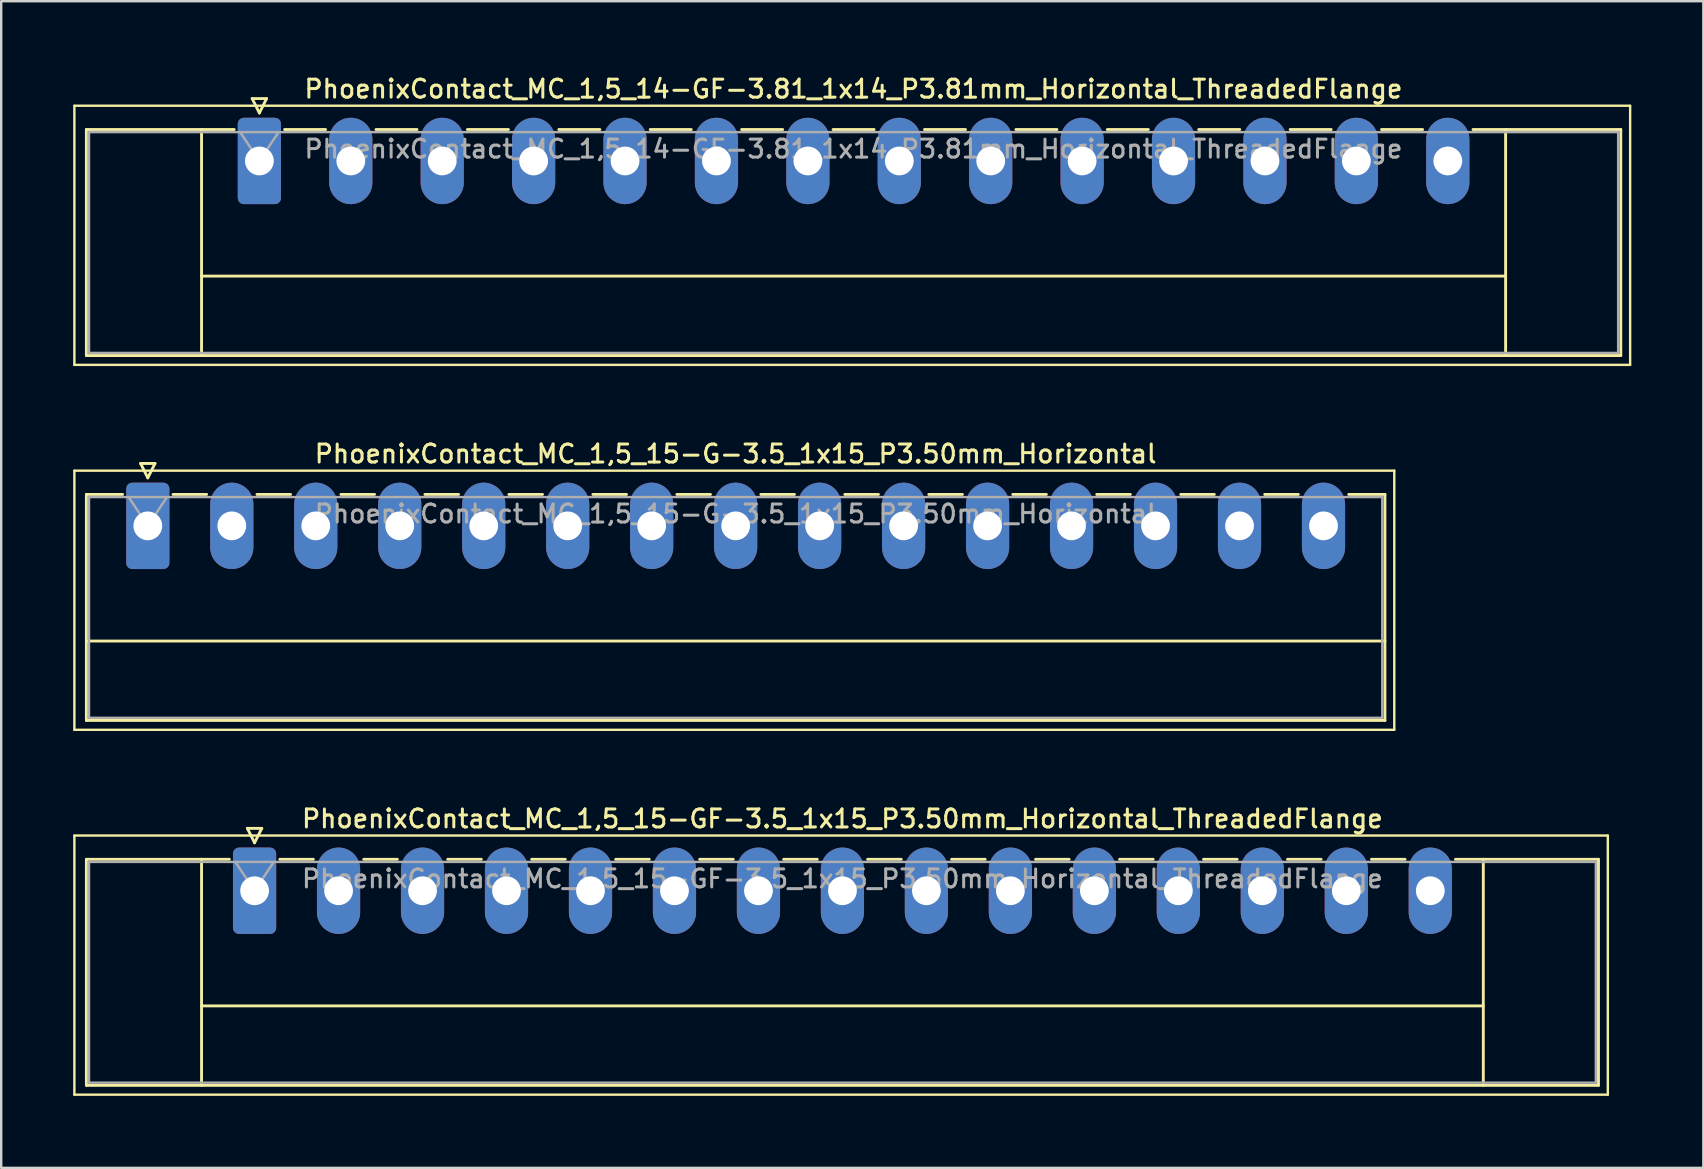
<source format=kicad_pcb>
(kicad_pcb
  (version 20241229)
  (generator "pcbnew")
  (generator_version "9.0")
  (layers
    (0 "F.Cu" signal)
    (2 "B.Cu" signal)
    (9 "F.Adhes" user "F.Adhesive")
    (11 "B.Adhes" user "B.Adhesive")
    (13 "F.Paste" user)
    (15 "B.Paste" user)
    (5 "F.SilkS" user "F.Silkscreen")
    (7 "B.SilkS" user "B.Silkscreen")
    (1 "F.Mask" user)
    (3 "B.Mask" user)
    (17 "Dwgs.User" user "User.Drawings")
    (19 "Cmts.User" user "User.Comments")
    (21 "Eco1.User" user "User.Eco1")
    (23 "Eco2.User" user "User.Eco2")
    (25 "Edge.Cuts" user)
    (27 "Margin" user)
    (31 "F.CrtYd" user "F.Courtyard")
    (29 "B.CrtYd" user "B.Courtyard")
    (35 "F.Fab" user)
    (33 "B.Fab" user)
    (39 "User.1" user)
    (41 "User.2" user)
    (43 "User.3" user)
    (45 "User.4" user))
  (footprint "PhoenixContact_MC_1,5_15-G-3.5_1x15_P3.50mm_Horizontal"
    (layer "F.Cu")
    (at 3.11 18.866)
    (property "Reference" "PhoenixContact_MC_1,5_15-G-3.5_1x15_P3.50mm_Horizontal" (at 24.5 -3 0) (layer "F.SilkS") (effects (font (size 0.75 0.75) (thickness 0.125))))
    (attr through_hole)
    (fp_line (start -3.06 -2.3) (end -3.06 8.5) (stroke (width 0.1) (type solid)) (layer "F.SilkS"))
    (fp_line (start -3.06 8.5) (end 51.95 8.5) (stroke (width 0.1) (type solid)) (layer "F.SilkS"))
    (fp_line (start -2.56 -1.31) (end -2.56 8.11) (stroke (width 0.12) (type solid)) (layer "F.SilkS"))
    (fp_line (start -2.56 -1.31) (end -1.05 -1.31) (stroke (width 0.12) (type solid)) (layer "F.SilkS"))
    (fp_line (start -2.56 4.8) (end 51.56 4.8) (stroke (width 0.12) (type solid)) (layer "F.SilkS"))
    (fp_line (start -2.56 8.11) (end 51.56 8.11) (stroke (width 0.12) (type solid)) (layer "F.SilkS"))
    (fp_line (start -0.3 -2.6) (end 0.3 -2.6) (stroke (width 0.12) (type solid)) (layer "F.SilkS"))
    (fp_line (start 0 -2) (end -0.3 -2.6) (stroke (width 0.12) (type solid)) (layer "F.SilkS"))
    (fp_line (start 0.3 -2.6) (end 0 -2) (stroke (width 0.12) (type solid)) (layer "F.SilkS"))
    (fp_line (start 1.05 -1.31) (end 2.45 -1.31) (stroke (width 0.12) (type solid)) (layer "F.SilkS"))
    (fp_line (start 4.55 -1.31) (end 5.95 -1.31) (stroke (width 0.12) (type solid)) (layer "F.SilkS"))
    (fp_line (start 8.05 -1.31) (end 9.45 -1.31) (stroke (width 0.12) (type solid)) (layer "F.SilkS"))
    (fp_line (start 11.55 -1.31) (end 12.95 -1.31) (stroke (width 0.12) (type solid)) (layer "F.SilkS"))
    (fp_line (start 15.05 -1.31) (end 16.45 -1.31) (stroke (width 0.12) (type solid)) (layer "F.SilkS"))
    (fp_line (start 18.55 -1.31) (end 19.95 -1.31) (stroke (width 0.12) (type solid)) (layer "F.SilkS"))
    (fp_line (start 22.05 -1.31) (end 23.45 -1.31) (stroke (width 0.12) (type solid)) (layer "F.SilkS"))
    (fp_line (start 25.55 -1.31) (end 26.95 -1.31) (stroke (width 0.12) (type solid)) (layer "F.SilkS"))
    (fp_line (start 29.05 -1.31) (end 30.45 -1.31) (stroke (width 0.12) (type solid)) (layer "F.SilkS"))
    (fp_line (start 32.55 -1.31) (end 33.95 -1.31) (stroke (width 0.12) (type solid)) (layer "F.SilkS"))
    (fp_line (start 36.05 -1.31) (end 37.45 -1.31) (stroke (width 0.12) (type solid)) (layer "F.SilkS"))
    (fp_line (start 39.55 -1.31) (end 40.95 -1.31) (stroke (width 0.12) (type solid)) (layer "F.SilkS"))
    (fp_line (start 43.05 -1.31) (end 44.45 -1.31) (stroke (width 0.12) (type solid)) (layer "F.SilkS"))
    (fp_line (start 46.55 -1.31) (end 47.95 -1.31) (stroke (width 0.12) (type solid)) (layer "F.SilkS"))
    (fp_line (start 51.56 -1.31) (end 50.05 -1.31) (stroke (width 0.12) (type solid)) (layer "F.SilkS"))
    (fp_line (start 51.56 8.11) (end 51.56 -1.31) (stroke (width 0.12) (type solid)) (layer "F.SilkS"))
    (fp_line (start 51.95 -2.3) (end -3.06 -2.3) (stroke (width 0.1) (type solid)) (layer "F.SilkS"))
    (fp_line (start 51.95 8.5) (end 51.95 -2.3) (stroke (width 0.1) (type solid)) (layer "F.SilkS"))
    (fp_line (start -2.45 -1.2) (end -2.45 8) (stroke (width 0.1) (type solid)) (layer "F.Fab"))
    (fp_line (start -2.45 8) (end 51.45 8) (stroke (width 0.1) (type solid)) (layer "F.Fab"))
    (fp_line (start 0 0) (end -0.8 -1.2) (stroke (width 0.1) (type solid)) (layer "F.Fab"))
    (fp_line (start 0.8 -1.2) (end 0 0) (stroke (width 0.1) (type solid)) (layer "F.Fab"))
    (fp_line (start 51.45 -1.2) (end -2.45 -1.2) (stroke (width 0.1) (type solid)) (layer "F.Fab"))
    (fp_line (start 51.45 8) (end 51.45 -1.2) (stroke (width 0.1) (type solid)) (layer "F.Fab"))
    (fp_text user "${REFERENCE}" (at 24.5 -0.5 0) (layer "F.Fab") (effects (font (size 0.75 0.75) (thickness 0.125))))
    (pad "1" thru_hole roundrect (at 0 0) (size 1.8 3.6) (drill 1.2) (layers "*.Cu" "*.Mask") (roundrect_rratio 0.139))
    (pad "2" thru_hole oval (at 3.5 0) (size 1.8 3.6) (drill 1.2) (layers "*.Cu" "*.Mask"))
    (pad "3" thru_hole oval (at 7 0) (size 1.8 3.6) (drill 1.2) (layers "*.Cu" "*.Mask"))
    (pad "4" thru_hole oval (at 10.5 0) (size 1.8 3.6) (drill 1.2) (layers "*.Cu" "*.Mask"))
    (pad "5" thru_hole oval (at 14 0) (size 1.8 3.6) (drill 1.2) (layers "*.Cu" "*.Mask"))
    (pad "6" thru_hole oval (at 17.5 0) (size 1.8 3.6) (drill 1.2) (layers "*.Cu" "*.Mask"))
    (pad "7" thru_hole oval (at 21 0) (size 1.8 3.6) (drill 1.2) (layers "*.Cu" "*.Mask"))
    (pad "8" thru_hole oval (at 24.5 0) (size 1.8 3.6) (drill 1.2) (layers "*.Cu" "*.Mask"))
    (pad "9" thru_hole oval (at 28 0) (size 1.8 3.6) (drill 1.2) (layers "*.Cu" "*.Mask"))
    (pad "10" thru_hole oval (at 31.5 0) (size 1.8 3.6) (drill 1.2) (layers "*.Cu" "*.Mask"))
    (pad "11" thru_hole oval (at 35 0) (size 1.8 3.6) (drill 1.2) (layers "*.Cu" "*.Mask"))
    (pad "12" thru_hole oval (at 38.5 0) (size 1.8 3.6) (drill 1.2) (layers "*.Cu" "*.Mask"))
    (pad "13" thru_hole oval (at 42 0) (size 1.8 3.6) (drill 1.2) (layers "*.Cu" "*.Mask"))
    (pad "14" thru_hole oval (at 45.5 0) (size 1.8 3.6) (drill 1.2) (layers "*.Cu" "*.Mask"))
    (pad "15" thru_hole oval (at 49 0) (size 1.8 3.6) (drill 1.2) (layers "*.Cu" "*.Mask")))
  (footprint "PhoenixContact_MC_1,5_15-GF-3.5_1x15_P3.50mm_Horizontal_ThreadedFlange"
    (layer "F.Cu")
    (at 7.56 34.074)
    (property "Reference" "PhoenixContact_MC_1,5_15-GF-3.5_1x15_P3.50mm_Horizontal_ThreadedFlange" (at 24.5 -3 0) (layer "F.SilkS") (effects (font (size 0.75 0.75) (thickness 0.125))))
    (attr through_hole)
    (fp_line (start -7.51 -2.3) (end -7.51 8.5) (stroke (width 0.1) (type solid)) (layer "F.SilkS"))
    (fp_line (start -7.51 8.5) (end 56.4 8.5) (stroke (width 0.1) (type solid)) (layer "F.SilkS"))
    (fp_line (start -7.01 -1.31) (end -7.01 8.11) (stroke (width 0.12) (type solid)) (layer "F.SilkS"))
    (fp_line (start -7.01 -1.31) (end -1.05 -1.31) (stroke (width 0.12) (type solid)) (layer "F.SilkS"))
    (fp_line (start -7.01 8.11) (end 56.01 8.11) (stroke (width 0.12) (type solid)) (layer "F.SilkS"))
    (fp_line (start -2.21 -1.31) (end -2.21 8.11) (stroke (width 0.12) (type solid)) (layer "F.SilkS"))
    (fp_line (start -2.21 4.8) (end 51.21 4.8) (stroke (width 0.12) (type solid)) (layer "F.SilkS"))
    (fp_line (start -0.3 -2.6) (end 0.3 -2.6) (stroke (width 0.12) (type solid)) (layer "F.SilkS"))
    (fp_line (start 0 -2) (end -0.3 -2.6) (stroke (width 0.12) (type solid)) (layer "F.SilkS"))
    (fp_line (start 0.3 -2.6) (end 0 -2) (stroke (width 0.12) (type solid)) (layer "F.SilkS"))
    (fp_line (start 1.05 -1.31) (end 2.45 -1.31) (stroke (width 0.12) (type solid)) (layer "F.SilkS"))
    (fp_line (start 4.55 -1.31) (end 5.95 -1.31) (stroke (width 0.12) (type solid)) (layer "F.SilkS"))
    (fp_line (start 8.05 -1.31) (end 9.45 -1.31) (stroke (width 0.12) (type solid)) (layer "F.SilkS"))
    (fp_line (start 11.55 -1.31) (end 12.95 -1.31) (stroke (width 0.12) (type solid)) (layer "F.SilkS"))
    (fp_line (start 15.05 -1.31) (end 16.45 -1.31) (stroke (width 0.12) (type solid)) (layer "F.SilkS"))
    (fp_line (start 18.55 -1.31) (end 19.95 -1.31) (stroke (width 0.12) (type solid)) (layer "F.SilkS"))
    (fp_line (start 22.05 -1.31) (end 23.45 -1.31) (stroke (width 0.12) (type solid)) (layer "F.SilkS"))
    (fp_line (start 25.55 -1.31) (end 26.95 -1.31) (stroke (width 0.12) (type solid)) (layer "F.SilkS"))
    (fp_line (start 29.05 -1.31) (end 30.45 -1.31) (stroke (width 0.12) (type solid)) (layer "F.SilkS"))
    (fp_line (start 32.55 -1.31) (end 33.95 -1.31) (stroke (width 0.12) (type solid)) (layer "F.SilkS"))
    (fp_line (start 36.05 -1.31) (end 37.45 -1.31) (stroke (width 0.12) (type solid)) (layer "F.SilkS"))
    (fp_line (start 39.55 -1.31) (end 40.95 -1.31) (stroke (width 0.12) (type solid)) (layer "F.SilkS"))
    (fp_line (start 43.05 -1.31) (end 44.45 -1.31) (stroke (width 0.12) (type solid)) (layer "F.SilkS"))
    (fp_line (start 46.55 -1.31) (end 47.95 -1.31) (stroke (width 0.12) (type solid)) (layer "F.SilkS"))
    (fp_line (start 51.21 -1.31) (end 51.21 8.11) (stroke (width 0.12) (type solid)) (layer "F.SilkS"))
    (fp_line (start 56.01 -1.31) (end 50.05 -1.31) (stroke (width 0.12) (type solid)) (layer "F.SilkS"))
    (fp_line (start 56.01 8.11) (end 56.01 -1.31) (stroke (width 0.12) (type solid)) (layer "F.SilkS"))
    (fp_line (start 56.4 -2.3) (end -7.51 -2.3) (stroke (width 0.1) (type solid)) (layer "F.SilkS"))
    (fp_line (start 56.4 8.5) (end 56.4 -2.3) (stroke (width 0.1) (type solid)) (layer "F.SilkS"))
    (fp_line (start -6.9 -1.2) (end -6.9 8) (stroke (width 0.1) (type solid)) (layer "F.Fab"))
    (fp_line (start -6.9 8) (end 55.9 8) (stroke (width 0.1) (type solid)) (layer "F.Fab"))
    (fp_line (start 0 0) (end -0.8 -1.2) (stroke (width 0.1) (type solid)) (layer "F.Fab"))
    (fp_line (start 0.8 -1.2) (end 0 0) (stroke (width 0.1) (type solid)) (layer "F.Fab"))
    (fp_line (start 55.9 -1.2) (end -6.9 -1.2) (stroke (width 0.1) (type solid)) (layer "F.Fab"))
    (fp_line (start 55.9 8) (end 55.9 -1.2) (stroke (width 0.1) (type solid)) (layer "F.Fab"))
    (fp_text user "${REFERENCE}" (at 24.5 -0.5 0) (layer "F.Fab") (effects (font (size 0.75 0.75) (thickness 0.125))))
    (pad "1" thru_hole roundrect (at 0 0) (size 1.8 3.6) (drill 1.2) (layers "*.Cu" "*.Mask") (roundrect_rratio 0.139))
    (pad "2" thru_hole oval (at 3.5 0) (size 1.8 3.6) (drill 1.2) (layers "*.Cu" "*.Mask"))
    (pad "3" thru_hole oval (at 7 0) (size 1.8 3.6) (drill 1.2) (layers "*.Cu" "*.Mask"))
    (pad "4" thru_hole oval (at 10.5 0) (size 1.8 3.6) (drill 1.2) (layers "*.Cu" "*.Mask"))
    (pad "5" thru_hole oval (at 14 0) (size 1.8 3.6) (drill 1.2) (layers "*.Cu" "*.Mask"))
    (pad "6" thru_hole oval (at 17.5 0) (size 1.8 3.6) (drill 1.2) (layers "*.Cu" "*.Mask"))
    (pad "7" thru_hole oval (at 21 0) (size 1.8 3.6) (drill 1.2) (layers "*.Cu" "*.Mask"))
    (pad "8" thru_hole oval (at 24.5 0) (size 1.8 3.6) (drill 1.2) (layers "*.Cu" "*.Mask"))
    (pad "9" thru_hole oval (at 28 0) (size 1.8 3.6) (drill 1.2) (layers "*.Cu" "*.Mask"))
    (pad "10" thru_hole oval (at 31.5 0) (size 1.8 3.6) (drill 1.2) (layers "*.Cu" "*.Mask"))
    (pad "11" thru_hole oval (at 35 0) (size 1.8 3.6) (drill 1.2) (layers "*.Cu" "*.Mask"))
    (pad "12" thru_hole oval (at 38.5 0) (size 1.8 3.6) (drill 1.2) (layers "*.Cu" "*.Mask"))
    (pad "13" thru_hole oval (at 42 0) (size 1.8 3.6) (drill 1.2) (layers "*.Cu" "*.Mask"))
    (pad "14" thru_hole oval (at 45.5 0) (size 1.8 3.6) (drill 1.2) (layers "*.Cu" "*.Mask"))
    (pad "15" thru_hole oval (at 49 0) (size 1.8 3.6) (drill 1.2) (layers "*.Cu" "*.Mask")))
  (footprint "PhoenixContact_MC_1,5_14-GF-3.81_1x14_P3.81mm_Horizontal_ThreadedFlange"
    (layer "F.Cu")
    (at 7.76 3.658)
    (property "Reference" "PhoenixContact_MC_1,5_14-GF-3.81_1x14_P3.81mm_Horizontal_ThreadedFlange" (at 24.76 -3 0) (layer "F.SilkS") (effects (font (size 0.75 0.75) (thickness 0.125))))
    (attr through_hole)
    (fp_line (start -7.71 -2.3) (end -7.71 8.5) (stroke (width 0.1) (type solid)) (layer "F.SilkS"))
    (fp_line (start -7.71 8.5) (end 57.13 8.5) (stroke (width 0.1) (type solid)) (layer "F.SilkS"))
    (fp_line (start -7.21 -1.31) (end -7.21 8.11) (stroke (width 0.12) (type solid)) (layer "F.SilkS"))
    (fp_line (start -7.21 -1.31) (end -1.05 -1.31) (stroke (width 0.12) (type solid)) (layer "F.SilkS"))
    (fp_line (start -7.21 8.11) (end 56.74 8.11) (stroke (width 0.12) (type solid)) (layer "F.SilkS"))
    (fp_line (start -2.41 -1.31) (end -2.41 8.11) (stroke (width 0.12) (type solid)) (layer "F.SilkS"))
    (fp_line (start -2.41 4.8) (end 51.94 4.8) (stroke (width 0.12) (type solid)) (layer "F.SilkS"))
    (fp_line (start -0.3 -2.6) (end 0.3 -2.6) (stroke (width 0.12) (type solid)) (layer "F.SilkS"))
    (fp_line (start 0 -2) (end -0.3 -2.6) (stroke (width 0.12) (type solid)) (layer "F.SilkS"))
    (fp_line (start 0.3 -2.6) (end 0 -2) (stroke (width 0.12) (type solid)) (layer "F.SilkS"))
    (fp_line (start 1.05 -1.31) (end 2.76 -1.31) (stroke (width 0.12) (type solid)) (layer "F.SilkS"))
    (fp_line (start 4.86 -1.31) (end 6.57 -1.31) (stroke (width 0.12) (type solid)) (layer "F.SilkS"))
    (fp_line (start 8.67 -1.31) (end 10.38 -1.31) (stroke (width 0.12) (type solid)) (layer "F.SilkS"))
    (fp_line (start 12.48 -1.31) (end 14.19 -1.31) (stroke (width 0.12) (type solid)) (layer "F.SilkS"))
    (fp_line (start 16.29 -1.31) (end 18 -1.31) (stroke (width 0.12) (type solid)) (layer "F.SilkS"))
    (fp_line (start 20.1 -1.31) (end 21.81 -1.31) (stroke (width 0.12) (type solid)) (layer "F.SilkS"))
    (fp_line (start 23.91 -1.31) (end 25.62 -1.31) (stroke (width 0.12) (type solid)) (layer "F.SilkS"))
    (fp_line (start 27.72 -1.31) (end 29.43 -1.31) (stroke (width 0.12) (type solid)) (layer "F.SilkS"))
    (fp_line (start 31.53 -1.31) (end 33.24 -1.31) (stroke (width 0.12) (type solid)) (layer "F.SilkS"))
    (fp_line (start 35.34 -1.31) (end 37.05 -1.31) (stroke (width 0.12) (type solid)) (layer "F.SilkS"))
    (fp_line (start 39.15 -1.31) (end 40.86 -1.31) (stroke (width 0.12) (type solid)) (layer "F.SilkS"))
    (fp_line (start 42.96 -1.31) (end 44.67 -1.31) (stroke (width 0.12) (type solid)) (layer "F.SilkS"))
    (fp_line (start 46.77 -1.31) (end 48.48 -1.31) (stroke (width 0.12) (type solid)) (layer "F.SilkS"))
    (fp_line (start 51.94 -1.31) (end 51.94 8.11) (stroke (width 0.12) (type solid)) (layer "F.SilkS"))
    (fp_line (start 56.74 -1.31) (end 50.58 -1.31) (stroke (width 0.12) (type solid)) (layer "F.SilkS"))
    (fp_line (start 56.74 8.11) (end 56.74 -1.31) (stroke (width 0.12) (type solid)) (layer "F.SilkS"))
    (fp_line (start 57.13 -2.3) (end -7.71 -2.3) (stroke (width 0.1) (type solid)) (layer "F.SilkS"))
    (fp_line (start 57.13 8.5) (end 57.13 -2.3) (stroke (width 0.1) (type solid)) (layer "F.SilkS"))
    (fp_line (start -7.1 -1.2) (end -7.1 8) (stroke (width 0.1) (type solid)) (layer "F.Fab"))
    (fp_line (start -7.1 8) (end 56.63 8) (stroke (width 0.1) (type solid)) (layer "F.Fab"))
    (fp_line (start 0 0) (end -0.8 -1.2) (stroke (width 0.1) (type solid)) (layer "F.Fab"))
    (fp_line (start 0.8 -1.2) (end 0 0) (stroke (width 0.1) (type solid)) (layer "F.Fab"))
    (fp_line (start 56.63 -1.2) (end -7.1 -1.2) (stroke (width 0.1) (type solid)) (layer "F.Fab"))
    (fp_line (start 56.63 8) (end 56.63 -1.2) (stroke (width 0.1) (type solid)) (layer "F.Fab"))
    (fp_text user "${REFERENCE}" (at 24.76 -0.5 0) (layer "F.Fab") (effects (font (size 0.75 0.75) (thickness 0.125))))
    (pad "1" thru_hole roundrect (at 0 0) (size 1.8 3.6) (drill 1.2) (layers "*.Cu" "*.Mask") (roundrect_rratio 0.139))
    (pad "2" thru_hole oval (at 3.81 0) (size 1.8 3.6) (drill 1.2) (layers "*.Cu" "*.Mask"))
    (pad "3" thru_hole oval (at 7.62 0) (size 1.8 3.6) (drill 1.2) (layers "*.Cu" "*.Mask"))
    (pad "4" thru_hole oval (at 11.43 0) (size 1.8 3.6) (drill 1.2) (layers "*.Cu" "*.Mask"))
    (pad "5" thru_hole oval (at 15.24 0) (size 1.8 3.6) (drill 1.2) (layers "*.Cu" "*.Mask"))
    (pad "6" thru_hole oval (at 19.05 0) (size 1.8 3.6) (drill 1.2) (layers "*.Cu" "*.Mask"))
    (pad "7" thru_hole oval (at 22.86 0) (size 1.8 3.6) (drill 1.2) (layers "*.Cu" "*.Mask"))
    (pad "8" thru_hole oval (at 26.67 0) (size 1.8 3.6) (drill 1.2) (layers "*.Cu" "*.Mask"))
    (pad "9" thru_hole oval (at 30.48 0) (size 1.8 3.6) (drill 1.2) (layers "*.Cu" "*.Mask"))
    (pad "10" thru_hole oval (at 34.29 0) (size 1.8 3.6) (drill 1.2) (layers "*.Cu" "*.Mask"))
    (pad "11" thru_hole oval (at 38.1 0) (size 1.8 3.6) (drill 1.2) (layers "*.Cu" "*.Mask"))
    (pad "12" thru_hole oval (at 41.91 0) (size 1.8 3.6) (drill 1.2) (layers "*.Cu" "*.Mask"))
    (pad "13" thru_hole oval (at 45.72 0) (size 1.8 3.6) (drill 1.2) (layers "*.Cu" "*.Mask"))
    (pad "14" thru_hole oval (at 49.53 0) (size 1.8 3.6) (drill 1.2) (layers "*.Cu" "*.Mask")))
  (gr_rect
    (start -3 -3)
    (end 67.94 45.624)
    (stroke (width 0.1) (type default))
    (fill no)
    (layer "Edge.Cuts")))
</source>
